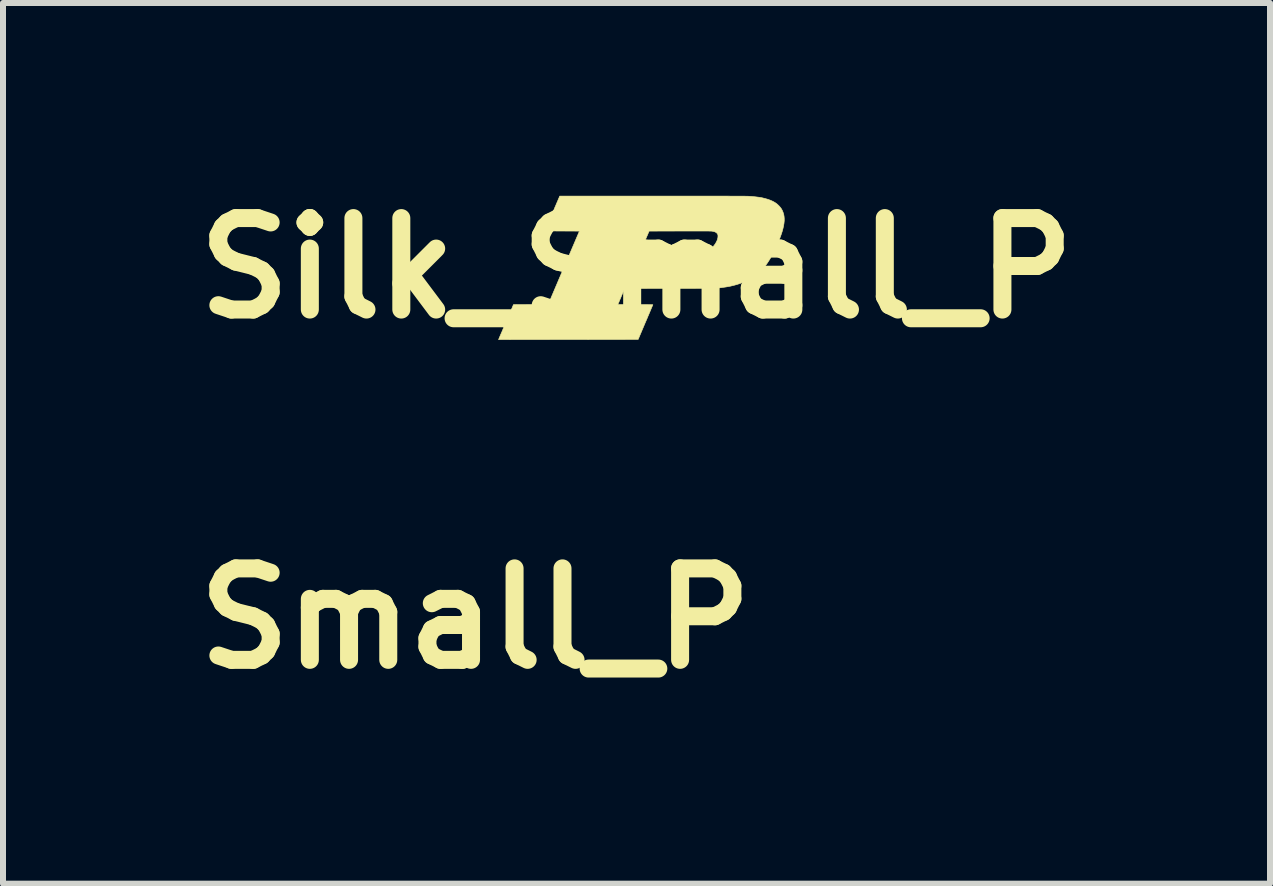
<source format=kicad_pcb>
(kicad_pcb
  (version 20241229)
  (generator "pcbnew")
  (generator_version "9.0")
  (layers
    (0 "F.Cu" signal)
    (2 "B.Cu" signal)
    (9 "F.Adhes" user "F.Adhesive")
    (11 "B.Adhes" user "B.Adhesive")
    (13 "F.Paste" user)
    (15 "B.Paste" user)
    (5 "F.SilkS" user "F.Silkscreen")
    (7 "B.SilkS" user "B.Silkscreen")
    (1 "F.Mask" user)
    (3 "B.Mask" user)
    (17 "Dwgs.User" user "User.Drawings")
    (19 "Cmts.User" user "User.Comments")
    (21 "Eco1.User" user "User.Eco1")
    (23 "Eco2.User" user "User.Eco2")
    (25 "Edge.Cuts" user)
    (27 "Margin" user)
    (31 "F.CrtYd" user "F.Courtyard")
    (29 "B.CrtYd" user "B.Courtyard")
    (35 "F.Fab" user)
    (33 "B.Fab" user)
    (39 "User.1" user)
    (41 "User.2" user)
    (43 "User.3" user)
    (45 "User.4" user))
  (footprint "Silk_Small_P"
    (layer "F.Cu")
    (at 7.555 1.418)
    (property "Reference" "Silk_Small_P" (at 0 0 0) (layer "F.SilkS") (effects (font (size 1.524 1.524) (thickness 0.3))))
    (attr through_hole)
    (fp_poly (pts (xy 0.255 -1.201) (xy 0.374 -1.201) (xy 0.488 -1.201) (xy 0.598 -1.201) (xy 0.704 -1.201) (xy 0.805 -1.201) (xy 0.902 -1.201) (xy 0.994 -1.201) (xy 1.081 -1.201) (xy 1.165 -1.201) (xy 1.243 -1.201) (xy 1.317 -1.201) (xy 1.386 -1.201) (xy 1.451 -1.201) (xy 1.511 -1.201) (xy 1.566 -1.2) (xy 1.617 -1.2) (xy 1.662 -1.2) (xy 1.703 -1.2) (xy 1.739 -1.2) (xy 1.77 -1.2) (xy 1.796 -1.2) (xy 1.817 -1.199) (xy 1.833 -1.199) (xy 1.844 -1.199) (xy 1.849 -1.199) (xy 1.916 -1.195) (xy 1.978 -1.189) (xy 2.036 -1.182) (xy 2.09 -1.173) (xy 2.139 -1.161) (xy 2.185 -1.148) (xy 2.227 -1.133) (xy 2.266 -1.116) (xy 2.301 -1.097) (xy 2.316 -1.087) (xy 2.335 -1.074) (xy 2.354 -1.057) (xy 2.373 -1.039) (xy 2.39 -1.02) (xy 2.405 -1.001) (xy 2.414 -0.988) (xy 2.43 -0.959) (xy 2.442 -0.929) (xy 2.452 -0.897) (xy 2.458 -0.863) (xy 2.461 -0.827) (xy 2.461 -0.79) (xy 2.457 -0.749) (xy 2.45 -0.707) (xy 2.44 -0.661) (xy 2.427 -0.613) (xy 2.41 -0.561) (xy 2.39 -0.506) (xy 2.377 -0.472) (xy 2.349 -0.405) (xy 2.321 -0.342) (xy 2.294 -0.283) (xy 2.266 -0.229) (xy 2.238 -0.179) (xy 2.21 -0.133) (xy 2.182 -0.089) (xy 2.153 -0.049) (xy 2.123 -0.012) (xy 2.091 0.022) (xy 2.059 0.055) (xy 2.053 0.06) (xy 2.005 0.102) (xy 1.953 0.141) (xy 1.897 0.176) (xy 1.838 0.208) (xy 1.776 0.236) (xy 1.71 0.26) (xy 1.64 0.281) (xy 1.567 0.299) (xy 1.49 0.313) (xy 1.426 0.322) (xy 1.415 0.324) (xy 1.405 0.325) (xy 1.396 0.326) (xy 1.387 0.327) (xy 1.378 0.328) (xy 1.369 0.329) (xy 1.361 0.33) (xy 1.352 0.331) (xy 1.342 0.331) (xy 1.331 0.332) (xy 1.32 0.333) (xy 1.308 0.333) (xy 1.294 0.334) (xy 1.279 0.334) (xy 1.262 0.335) (xy 1.244 0.335) (xy 1.223 0.335) (xy 1.2 0.335) (xy 1.175 0.336) (xy 1.147 0.336) (xy 1.116 0.336) (xy 1.082 0.336) (xy 1.045 0.336) (xy 1.004 0.336) (xy 0.961 0.337) (xy 0.913 0.337) (xy 0.861 0.337) (xy 0.805 0.337) (xy 0.745 0.337) (xy 0.68 0.337) (xy 0.611 0.337) (xy 0.547 0.337) (xy -0.198 0.338) (xy -0.243 0.444) (xy -0.253 0.467) (xy -0.262 0.49) (xy -0.271 0.511) (xy -0.28 0.531) (xy -0.287 0.548) (xy -0.293 0.563) (xy -0.298 0.573) (xy -0.3 0.578) (xy -0.312 0.606) (xy -0.02 0.606) (xy 0.018 0.607) (xy 0.055 0.607) (xy 0.09 0.607) (xy 0.122 0.607) (xy 0.153 0.607) (xy 0.18 0.607) (xy 0.205 0.608) (xy 0.226 0.608) (xy 0.244 0.608) (xy 0.257 0.609) (xy 0.267 0.609) (xy 0.271 0.609) (xy 0.272 0.609) (xy 0.271 0.612) (xy 0.268 0.619) (xy 0.263 0.63) (xy 0.257 0.645) (xy 0.249 0.663) (xy 0.24 0.685) (xy 0.23 0.709) (xy 0.218 0.737) (xy 0.206 0.766) (xy 0.192 0.798) (xy 0.178 0.832) (xy 0.163 0.867) (xy 0.149 0.899) (xy 0.027 1.187) (xy -1.136 1.188) (xy -2.299 1.189) (xy -2.293 1.177) (xy -2.292 1.173) (xy -2.288 1.165) (xy -2.283 1.152) (xy -2.276 1.136) (xy -2.268 1.117) (xy -2.258 1.094) (xy -2.247 1.069) (xy -2.235 1.041) (xy -2.222 1.01) (xy -2.209 0.978) (xy -2.194 0.945) (xy -2.18 0.91) (xy -2.172 0.893) (xy -2.157 0.857) (xy -2.143 0.823) (xy -2.129 0.791) (xy -2.116 0.76) (xy -2.104 0.731) (xy -2.092 0.705) (xy -2.082 0.681) (xy -2.073 0.661) (xy -2.066 0.644) (xy -2.06 0.63) (xy -2.056 0.62) (xy -2.054 0.615) (xy -2.053 0.614) (xy -2.05 0.607) (xy -1.761 0.606) (xy -1.472 0.606) (xy -1.111 -0.243) (xy 0.051 -0.243) (xy 0.053 -0.243) (xy 0.061 -0.243) (xy 0.073 -0.243) (xy 0.089 -0.243) (xy 0.109 -0.242) (xy 0.133 -0.242) (xy 0.161 -0.242) (xy 0.192 -0.242) (xy 0.227 -0.242) (xy 0.264 -0.242) (xy 0.304 -0.242) (xy 0.346 -0.242) (xy 0.39 -0.241) (xy 0.436 -0.241) (xy 0.484 -0.241) (xy 0.533 -0.241) (xy 0.535 -0.241) (xy 0.595 -0.241) (xy 0.65 -0.241) (xy 0.7 -0.241) (xy 0.746 -0.241) (xy 0.788 -0.242) (xy 0.825 -0.242) (xy 0.859 -0.242) (xy 0.889 -0.242) (xy 0.916 -0.242) (xy 0.939 -0.242) (xy 0.96 -0.242) (xy 0.978 -0.242) (xy 0.993 -0.243) (xy 1.007 -0.243) (xy 1.018 -0.243) (xy 1.027 -0.244) (xy 1.034 -0.244) (xy 1.04 -0.244) (xy 1.045 -0.245) (xy 1.047 -0.245) (xy 1.092 -0.253) (xy 1.134 -0.266) (xy 1.173 -0.282) (xy 1.209 -0.302) (xy 1.243 -0.327) (xy 1.266 -0.349) (xy 1.289 -0.374) (xy 1.309 -0.401) (xy 1.326 -0.429) (xy 1.34 -0.457) (xy 1.35 -0.485) (xy 1.356 -0.513) (xy 1.357 -0.531) (xy 1.357 -0.543) (xy 1.356 -0.551) (xy 1.355 -0.558) (xy 1.351 -0.565) (xy 1.35 -0.568) (xy 1.34 -0.582) (xy 1.325 -0.595) (xy 1.306 -0.605) (xy 1.282 -0.612) (xy 1.256 -0.617) (xy 1.252 -0.617) (xy 1.244 -0.618) (xy 1.234 -0.618) (xy 1.219 -0.618) (xy 1.202 -0.619) (xy 1.181 -0.619) (xy 1.155 -0.619) (xy 1.126 -0.619) (xy 1.093 -0.619) (xy 1.056 -0.619) (xy 1.014 -0.619) (xy 0.969 -0.619) (xy 0.918 -0.619) (xy 0.863 -0.619) (xy 0.803 -0.619) (xy 0.738 -0.619) (xy 0.723 -0.619) (xy 0.21 -0.618) (xy 0.13 -0.432) (xy 0.118 -0.403) (xy 0.106 -0.375) (xy 0.095 -0.349) (xy 0.085 -0.325) (xy 0.076 -0.303) (xy 0.068 -0.285) (xy 0.061 -0.269) (xy 0.056 -0.257) (xy 0.053 -0.248) (xy 0.051 -0.244) (xy 0.051 -0.243) (xy -1.111 -0.243) (xy -0.951 -0.618) (xy -1.239 -0.619) (xy -1.285 -0.619) (xy -1.326 -0.619) (xy -1.363 -0.62) (xy -1.395 -0.62) (xy -1.423 -0.62) (xy -1.447 -0.62) (xy -1.467 -0.62) (xy -1.484 -0.621) (xy -1.498 -0.621) (xy -1.508 -0.621) (xy -1.516 -0.622) (xy -1.522 -0.622) (xy -1.525 -0.622) (xy -1.526 -0.623) (xy -1.526 -0.623) (xy -1.525 -0.626) (xy -1.522 -0.632) (xy -1.517 -0.643) (xy -1.511 -0.658) (xy -1.503 -0.676) (xy -1.495 -0.696) (xy -1.485 -0.72) (xy -1.474 -0.745) (xy -1.462 -0.773) (xy -1.45 -0.802) (xy -1.437 -0.832) (xy -1.424 -0.863) (xy -1.41 -0.894) (xy -1.397 -0.926) (xy -1.384 -0.957) (xy -1.37 -0.988) (xy -1.358 -1.018) (xy -1.345 -1.047) (xy -1.334 -1.074) (xy -1.323 -1.099) (xy -1.313 -1.122) (xy -1.305 -1.142) (xy -1.297 -1.16) (xy -1.291 -1.174) (xy -1.287 -1.184) (xy -1.285 -1.189) (xy -1.28 -1.201) (xy 0.255 -1.201)) (stroke (width 0.01) (type solid)) (fill yes) (layer "F.SilkS")))
  (footprint "Small_P"
    (layer "F.Cu")
    (at 4.87 7.254)
    (property "Reference" "Small_P" (at 0 0 0) (layer "F.SilkS") (effects (font (size 1.524 1.524) (thickness 0.3))))
    (attr through_hole)
    (fp_poly (pts (xy 0.255 -1.201) (xy 0.374 -1.201) (xy 0.488 -1.201) (xy 0.598 -1.201) (xy 0.704 -1.201) (xy 0.805 -1.201) (xy 0.902 -1.201) (xy 0.994 -1.201) (xy 1.081 -1.201) (xy 1.165 -1.201) (xy 1.243 -1.201) (xy 1.317 -1.201) (xy 1.386 -1.201) (xy 1.451 -1.201) (xy 1.511 -1.201) (xy 1.566 -1.2) (xy 1.617 -1.2) (xy 1.662 -1.2) (xy 1.703 -1.2) (xy 1.739 -1.2) (xy 1.77 -1.2) (xy 1.796 -1.2) (xy 1.817 -1.199) (xy 1.833 -1.199) (xy 1.844 -1.199) (xy 1.849 -1.199) (xy 1.916 -1.195) (xy 1.978 -1.189) (xy 2.036 -1.182) (xy 2.09 -1.173) (xy 2.139 -1.161) (xy 2.185 -1.148) (xy 2.227 -1.133) (xy 2.266 -1.116) (xy 2.301 -1.097) (xy 2.316 -1.087) (xy 2.335 -1.074) (xy 2.354 -1.057) (xy 2.373 -1.039) (xy 2.39 -1.02) (xy 2.405 -1.001) (xy 2.414 -0.988) (xy 2.43 -0.959) (xy 2.442 -0.929) (xy 2.452 -0.897) (xy 2.458 -0.863) (xy 2.461 -0.827) (xy 2.461 -0.79) (xy 2.457 -0.749) (xy 2.45 -0.707) (xy 2.44 -0.661) (xy 2.427 -0.613) (xy 2.41 -0.561) (xy 2.39 -0.506) (xy 2.377 -0.472) (xy 2.349 -0.405) (xy 2.321 -0.342) (xy 2.294 -0.283) (xy 2.266 -0.229) (xy 2.238 -0.179) (xy 2.21 -0.133) (xy 2.182 -0.089) (xy 2.153 -0.049) (xy 2.123 -0.012) (xy 2.091 0.022) (xy 2.059 0.055) (xy 2.053 0.06) (xy 2.005 0.102) (xy 1.953 0.141) (xy 1.897 0.176) (xy 1.838 0.208) (xy 1.776 0.236) (xy 1.71 0.26) (xy 1.64 0.281) (xy 1.567 0.299) (xy 1.49 0.313) (xy 1.426 0.322) (xy 1.415 0.324) (xy 1.405 0.325) (xy 1.396 0.326) (xy 1.387 0.327) (xy 1.378 0.328) (xy 1.369 0.329) (xy 1.361 0.33) (xy 1.352 0.331) (xy 1.342 0.331) (xy 1.331 0.332) (xy 1.32 0.333) (xy 1.308 0.333) (xy 1.294 0.334) (xy 1.279 0.334) (xy 1.262 0.335) (xy 1.244 0.335) (xy 1.223 0.335) (xy 1.2 0.335) (xy 1.175 0.336) (xy 1.147 0.336) (xy 1.116 0.336) (xy 1.082 0.336) (xy 1.045 0.336) (xy 1.004 0.336) (xy 0.961 0.337) (xy 0.913 0.337) (xy 0.861 0.337) (xy 0.805 0.337) (xy 0.745 0.337) (xy 0.68 0.337) (xy 0.611 0.337) (xy 0.547 0.337) (xy -0.198 0.338) (xy -0.243 0.444) (xy -0.253 0.467) (xy -0.262 0.49) (xy -0.271 0.511) (xy -0.28 0.531) (xy -0.287 0.548) (xy -0.293 0.563) (xy -0.298 0.573) (xy -0.3 0.578) (xy -0.312 0.606) (xy -0.02 0.606) (xy 0.018 0.607) (xy 0.055 0.607) (xy 0.09 0.607) (xy 0.122 0.607) (xy 0.153 0.607) (xy 0.18 0.607) (xy 0.205 0.608) (xy 0.226 0.608) (xy 0.244 0.608) (xy 0.257 0.609) (xy 0.267 0.609) (xy 0.271 0.609) (xy 0.272 0.609) (xy 0.271 0.612) (xy 0.268 0.619) (xy 0.263 0.63) (xy 0.257 0.645) (xy 0.249 0.663) (xy 0.24 0.685) (xy 0.23 0.709) (xy 0.218 0.737) (xy 0.206 0.766) (xy 0.192 0.798) (xy 0.178 0.832) (xy 0.163 0.867) (xy 0.149 0.899) (xy 0.027 1.187) (xy -1.136 1.188) (xy -2.299 1.189) (xy -2.293 1.177) (xy -2.292 1.173) (xy -2.288 1.165) (xy -2.283 1.152) (xy -2.276 1.136) (xy -2.268 1.117) (xy -2.258 1.094) (xy -2.247 1.069) (xy -2.235 1.041) (xy -2.222 1.01) (xy -2.209 0.978) (xy -2.194 0.945) (xy -2.18 0.91) (xy -2.172 0.893) (xy -2.157 0.857) (xy -2.143 0.823) (xy -2.129 0.791) (xy -2.116 0.76) (xy -2.104 0.731) (xy -2.092 0.705) (xy -2.082 0.681) (xy -2.073 0.661) (xy -2.066 0.644) (xy -2.06 0.63) (xy -2.056 0.62) (xy -2.054 0.615) (xy -2.053 0.614) (xy -2.05 0.607) (xy -1.761 0.606) (xy -1.472 0.606) (xy -1.111 -0.243) (xy 0.051 -0.243) (xy 0.053 -0.243) (xy 0.061 -0.243) (xy 0.073 -0.243) (xy 0.089 -0.243) (xy 0.109 -0.242) (xy 0.133 -0.242) (xy 0.161 -0.242) (xy 0.192 -0.242) (xy 0.227 -0.242) (xy 0.264 -0.242) (xy 0.304 -0.242) (xy 0.346 -0.242) (xy 0.39 -0.241) (xy 0.436 -0.241) (xy 0.484 -0.241) (xy 0.533 -0.241) (xy 0.535 -0.241) (xy 0.595 -0.241) (xy 0.65 -0.241) (xy 0.7 -0.241) (xy 0.746 -0.241) (xy 0.788 -0.242) (xy 0.825 -0.242) (xy 0.859 -0.242) (xy 0.889 -0.242) (xy 0.916 -0.242) (xy 0.939 -0.242) (xy 0.96 -0.242) (xy 0.978 -0.242) (xy 0.993 -0.243) (xy 1.007 -0.243) (xy 1.018 -0.243) (xy 1.027 -0.244) (xy 1.034 -0.244) (xy 1.04 -0.244) (xy 1.045 -0.245) (xy 1.047 -0.245) (xy 1.092 -0.253) (xy 1.134 -0.266) (xy 1.173 -0.282) (xy 1.209 -0.302) (xy 1.243 -0.327) (xy 1.266 -0.349) (xy 1.289 -0.374) (xy 1.309 -0.401) (xy 1.326 -0.429) (xy 1.34 -0.457) (xy 1.35 -0.485) (xy 1.356 -0.513) (xy 1.357 -0.531) (xy 1.357 -0.543) (xy 1.356 -0.551) (xy 1.355 -0.558) (xy 1.351 -0.565) (xy 1.35 -0.568) (xy 1.34 -0.582) (xy 1.325 -0.595) (xy 1.306 -0.605) (xy 1.282 -0.612) (xy 1.256 -0.617) (xy 1.252 -0.617) (xy 1.244 -0.618) (xy 1.234 -0.618) (xy 1.219 -0.618) (xy 1.202 -0.619) (xy 1.181 -0.619) (xy 1.155 -0.619) (xy 1.126 -0.619) (xy 1.093 -0.619) (xy 1.056 -0.619) (xy 1.014 -0.619) (xy 0.969 -0.619) (xy 0.918 -0.619) (xy 0.863 -0.619) (xy 0.803 -0.619) (xy 0.738 -0.619) (xy 0.723 -0.619) (xy 0.21 -0.618) (xy 0.13 -0.432) (xy 0.118 -0.403) (xy 0.106 -0.375) (xy 0.095 -0.349) (xy 0.085 -0.325) (xy 0.076 -0.303) (xy 0.068 -0.285) (xy 0.061 -0.269) (xy 0.056 -0.257) (xy 0.053 -0.248) (xy 0.051 -0.244) (xy 0.051 -0.243) (xy -1.111 -0.243) (xy -0.951 -0.618) (xy -1.239 -0.619) (xy -1.285 -0.619) (xy -1.326 -0.619) (xy -1.363 -0.62) (xy -1.395 -0.62) (xy -1.423 -0.62) (xy -1.447 -0.62) (xy -1.467 -0.62) (xy -1.484 -0.621) (xy -1.498 -0.621) (xy -1.508 -0.621) (xy -1.516 -0.622) (xy -1.522 -0.622) (xy -1.525 -0.622) (xy -1.526 -0.623) (xy -1.526 -0.623) (xy -1.525 -0.626) (xy -1.522 -0.632) (xy -1.517 -0.643) (xy -1.511 -0.658) (xy -1.503 -0.676) (xy -1.495 -0.696) (xy -1.485 -0.72) (xy -1.474 -0.745) (xy -1.462 -0.773) (xy -1.45 -0.802) (xy -1.437 -0.832) (xy -1.424 -0.863) (xy -1.41 -0.894) (xy -1.397 -0.926) (xy -1.384 -0.957) (xy -1.37 -0.988) (xy -1.358 -1.018) (xy -1.345 -1.047) (xy -1.334 -1.074) (xy -1.323 -1.099) (xy -1.313 -1.122) (xy -1.305 -1.142) (xy -1.297 -1.16) (xy -1.291 -1.174) (xy -1.287 -1.184) (xy -1.285 -1.189) (xy -1.28 -1.201) (xy 0.255 -1.201)) (stroke (width 0.01) (type solid)) (fill no) (layer "Eco2.User")))
  (gr_rect
    (start -3 -3)
    (end 18.109 11.672)
    (stroke (width 0.1) (type default))
    (fill no)
    (layer "Edge.Cuts")))
</source>
